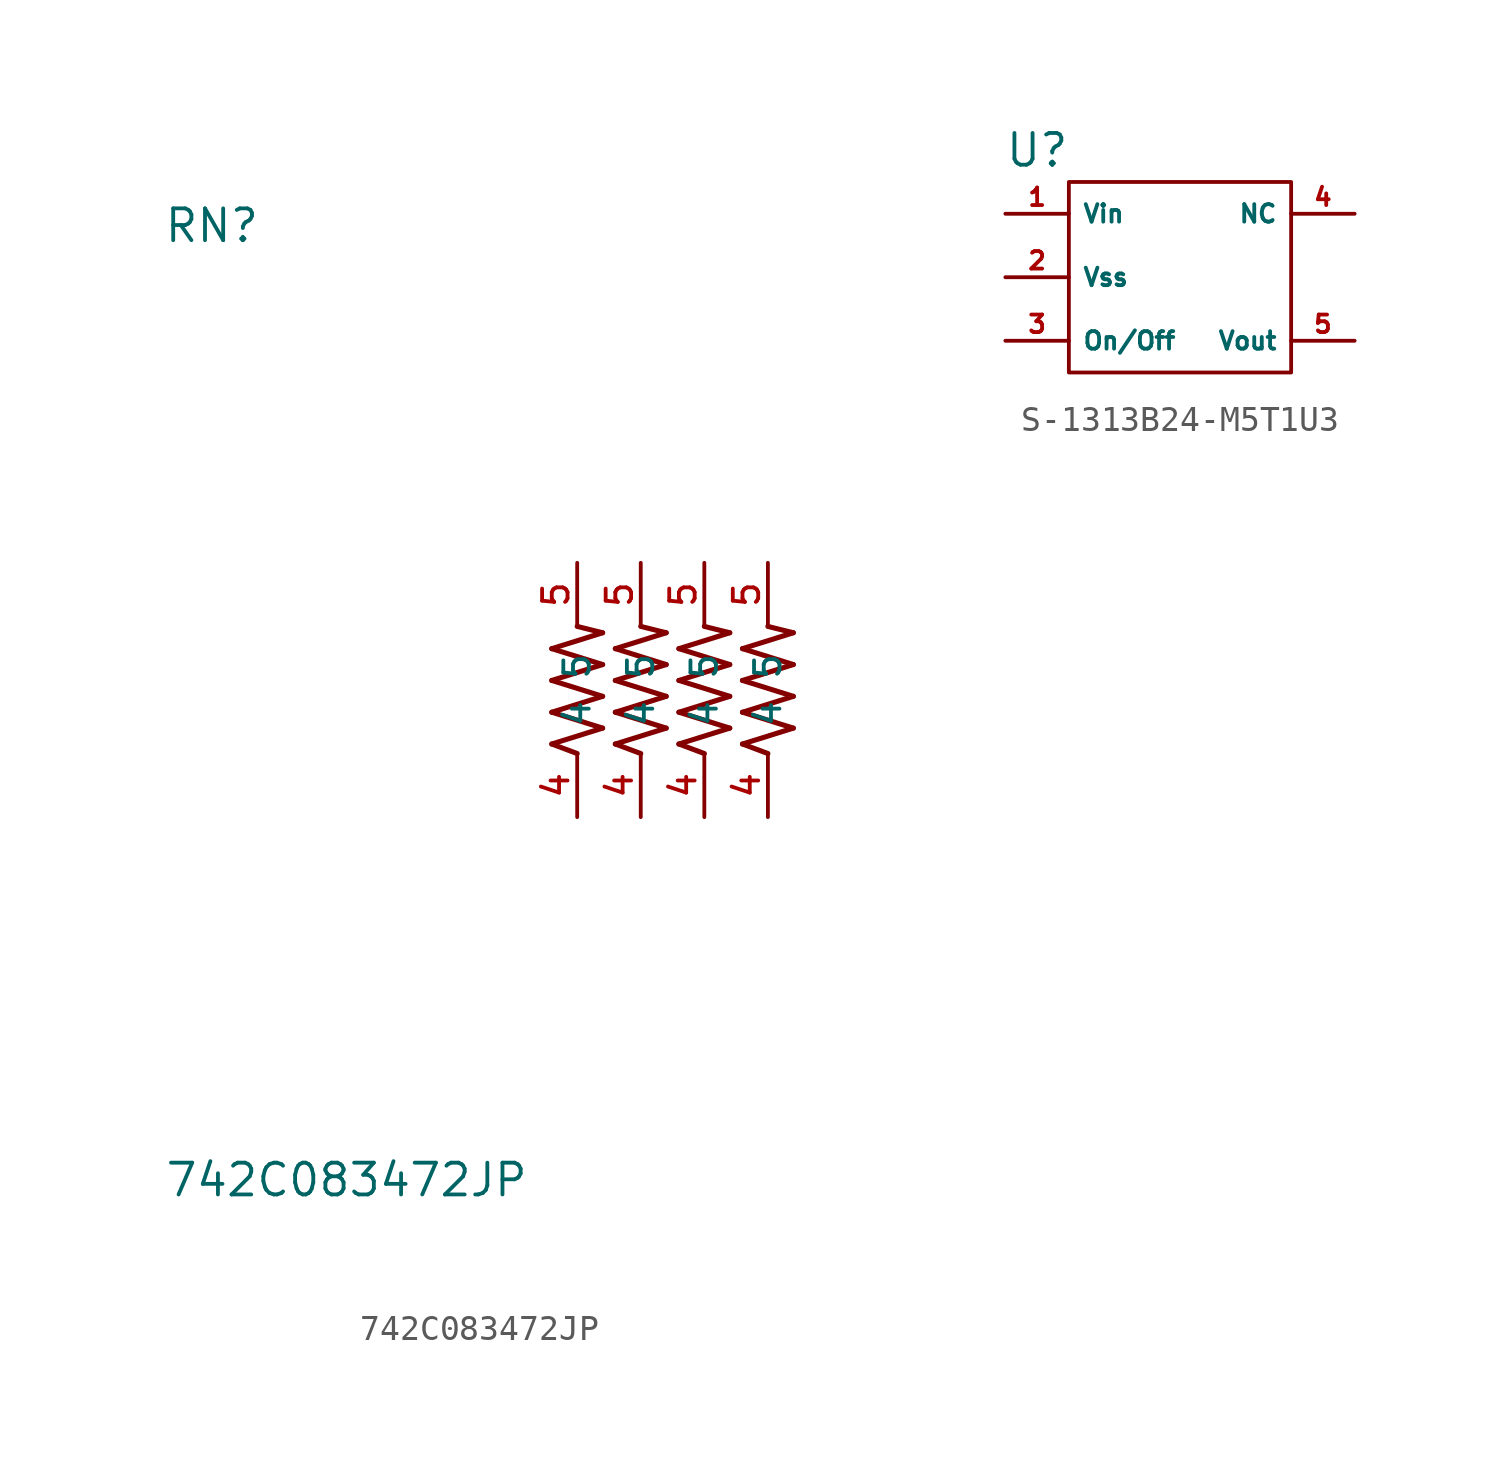
<source format=kicad_sym>
(kicad_symbol_lib
  (version 20220914)
  (generator kicad_symbol_editor)
  (symbol "742C083472JP"
    (pin_names
      (offset 1.016))
    (property "Reference" "RN"
      (at -20.354 17.81 0)
      (effects (font (size 1.27 1.27)) (justify left bottom)))
    (property "Value" "742C083472JP"
      (at -20.321 -20.321 0)
      (effects (font (size 1.27 1.27)) (justify left bottom)))
    (symbol "742C083472JP_0_0"
      (polyline (pts (xy -4.826 -2.159) (xy -2.794 -1.524)) (stroke (width 0.203) (type default)) (fill (type none)))
      (polyline (pts (xy -4.826 -0.889) (xy -2.794 -0.254)) (stroke (width 0.203) (type default)) (fill (type none)))
      (polyline (pts (xy -4.826 0.381) (xy -2.794 1.016)) (stroke (width 0.203) (type default)) (fill (type none)))
      (polyline (pts (xy -4.826 1.651) (xy -2.794 2.286)) (stroke (width 0.203) (type default)) (fill (type none)))
      (polyline (pts (xy -3.81 -2.54) (xy -4.826 -2.159)) (stroke (width 0.203) (type default)) (fill (type none)))
      (polyline (pts (xy -2.794 -1.524) (xy -4.826 -0.889)) (stroke (width 0.203) (type default)) (fill (type none)))
      (polyline (pts (xy -2.794 -0.254) (xy -4.826 0.381)) (stroke (width 0.203) (type default)) (fill (type none)))
      (polyline (pts (xy -2.794 1.016) (xy -4.826 1.651)) (stroke (width 0.203) (type default)) (fill (type none)))
      (polyline (pts (xy -2.794 2.286) (xy -3.81 2.54)) (stroke (width 0.203) (type default)) (fill (type none)))
      (polyline (pts (xy -2.286 -2.159) (xy -0.254 -1.524)) (stroke (width 0.203) (type default)) (fill (type none)))
      (polyline (pts (xy -2.286 -0.889) (xy -0.254 -0.254)) (stroke (width 0.203) (type default)) (fill (type none)))
      (polyline (pts (xy -2.286 0.381) (xy -0.254 1.016)) (stroke (width 0.203) (type default)) (fill (type none)))
      (polyline (pts (xy -2.286 1.651) (xy -0.254 2.286)) (stroke (width 0.203) (type default)) (fill (type none)))
      (polyline (pts (xy -1.27 -2.54) (xy -2.286 -2.159)) (stroke (width 0.203) (type default)) (fill (type none)))
      (polyline (pts (xy -0.254 -1.524) (xy -2.286 -0.889)) (stroke (width 0.203) (type default)) (fill (type none)))
      (polyline (pts (xy -0.254 -0.254) (xy -2.286 0.381)) (stroke (width 0.203) (type default)) (fill (type none)))
      (polyline (pts (xy -0.254 1.016) (xy -2.286 1.651)) (stroke (width 0.203) (type default)) (fill (type none)))
      (polyline (pts (xy -0.254 2.286) (xy -1.27 2.54)) (stroke (width 0.203) (type default)) (fill (type none)))
      (polyline (pts (xy 0.254 -2.159) (xy 2.286 -1.524)) (stroke (width 0.203) (type default)) (fill (type none)))
      (polyline (pts (xy 0.254 -0.889) (xy 2.286 -0.254)) (stroke (width 0.203) (type default)) (fill (type none)))
      (polyline (pts (xy 0.254 0.381) (xy 2.286 1.016)) (stroke (width 0.203) (type default)) (fill (type none)))
      (polyline (pts (xy 0.254 1.651) (xy 2.286 2.286)) (stroke (width 0.203) (type default)) (fill (type none)))
      (polyline (pts (xy 1.27 -2.54) (xy 0.254 -2.159)) (stroke (width 0.203) (type default)) (fill (type none)))
      (polyline (pts (xy 2.286 -1.524) (xy 0.254 -0.889)) (stroke (width 0.203) (type default)) (fill (type none)))
      (polyline (pts (xy 2.286 -0.254) (xy 0.254 0.381)) (stroke (width 0.203) (type default)) (fill (type none)))
      (polyline (pts (xy 2.286 1.016) (xy 0.254 1.651)) (stroke (width 0.203) (type default)) (fill (type none)))
      (polyline (pts (xy 2.286 2.286) (xy 1.27 2.54)) (stroke (width 0.203) (type default)) (fill (type none)))
      (polyline (pts (xy 2.794 -2.159) (xy 4.826 -1.524)) (stroke (width 0.203) (type default)) (fill (type none)))
      (polyline (pts (xy 2.794 -0.889) (xy 4.826 -0.254)) (stroke (width 0.203) (type default)) (fill (type none)))
      (polyline (pts (xy 2.794 0.381) (xy 4.826 1.016)) (stroke (width 0.203) (type default)) (fill (type none)))
      (polyline (pts (xy 2.794 1.651) (xy 4.826 2.286)) (stroke (width 0.203) (type default)) (fill (type none)))
      (polyline (pts (xy 3.81 -2.54) (xy 2.794 -2.159)) (stroke (width 0.203) (type default)) (fill (type none)))
      (polyline (pts (xy 4.826 -1.524) (xy 2.794 -0.889)) (stroke (width 0.203) (type default)) (fill (type none)))
      (polyline (pts (xy 4.826 -0.254) (xy 2.794 0.381)) (stroke (width 0.203) (type default)) (fill (type none)))
      (polyline (pts (xy 4.826 1.016) (xy 2.794 1.651)) (stroke (width 0.203) (type default)) (fill (type none)))
      (polyline (pts (xy 4.826 2.286) (xy 3.81 2.54)) (stroke (width 0.203) (type default)) (fill (type none))))
    (symbol "742C083472JP_1_0"
      (pin passive line (at -3.81 -5.08 90) (length 2.54) (name "4" (effects (font (size 1.016 1.016)))) (number "4" (effects (font (size 1.016 1.016)))))
      (pin passive line (at -1.27 -5.08 90) (length 2.54) (name "4" (effects (font (size 1.016 1.016)))) (number "4" (effects (font (size 1.016 1.016)))))
      (pin passive line (at 1.27 -5.08 90) (length 2.54) (name "4" (effects (font (size 1.016 1.016)))) (number "4" (effects (font (size 1.016 1.016)))))
      (pin passive line (at 3.81 -5.08 90) (length 2.54) (name "4" (effects (font (size 1.016 1.016)))) (number "4" (effects (font (size 1.016 1.016)))))
      (pin passive line (at -3.81 5.08 270) (length 2.54) (name "5" (effects (font (size 1.016 1.016)))) (number "5" (effects (font (size 1.016 1.016)))))
      (pin passive line (at -1.27 5.08 270) (length 2.54) (name "5" (effects (font (size 1.016 1.016)))) (number "5" (effects (font (size 1.016 1.016)))))
      (pin passive line (at 1.27 5.08 270) (length 2.54) (name "5" (effects (font (size 1.016 1.016)))) (number "5" (effects (font (size 1.016 1.016)))))
      (pin passive line (at 3.81 5.08 270) (length 2.54) (name "5" (effects (font (size 1.016 1.016)))) (number "5" (effects (font (size 1.016 1.016)))))))
  (symbol "S-1313B24-M5T1U3"
    (property "Reference" "U"
      (at 0 0 0)
      (effects (font (size 1.27 1.27))))
    (property "Value" ""
      (at 0 0 0)
      (effects (font (size 1.27 1.27))))
    (symbol "S-1313B24-M5T1U3_0_1"
      (rectangle (start 1.27 -1.27) (end 10.16 -8.89) (stroke (width 0) (type default)) (fill (type none))))
    (symbol "S-1313B24-M5T1U3_1_1"
      (pin input line (at -1.27 -2.54 0) (length 2.54) (name "Vin" (effects (font (size 0.7 0.7)))) (number "1" (effects (font (size 0.7 0.7)))))
      (pin input line (at -1.27 -5.08 0) (length 2.54) (name "Vss" (effects (font (size 0.7 0.7)))) (number "2" (effects (font (size 0.7 0.7)))))
      (pin input line (at -1.27 -7.62 0) (length 2.54) (name "On/Off" (effects (font (size 0.7 0.7)))) (number "3" (effects (font (size 0.7 0.7)))))
      (pin passive line (at 12.7 -2.54 180) (length 2.54) (name "NC" (effects (font (size 0.7 0.7)))) (number "4" (effects (font (size 0.7 0.7)))))
      (pin power_out line (at 12.7 -7.62 180) (length 2.54) (name "Vout" (effects (font (size 0.7 0.7)))) (number "5" (effects (font (size 0.7 0.7))))))))
</source>
